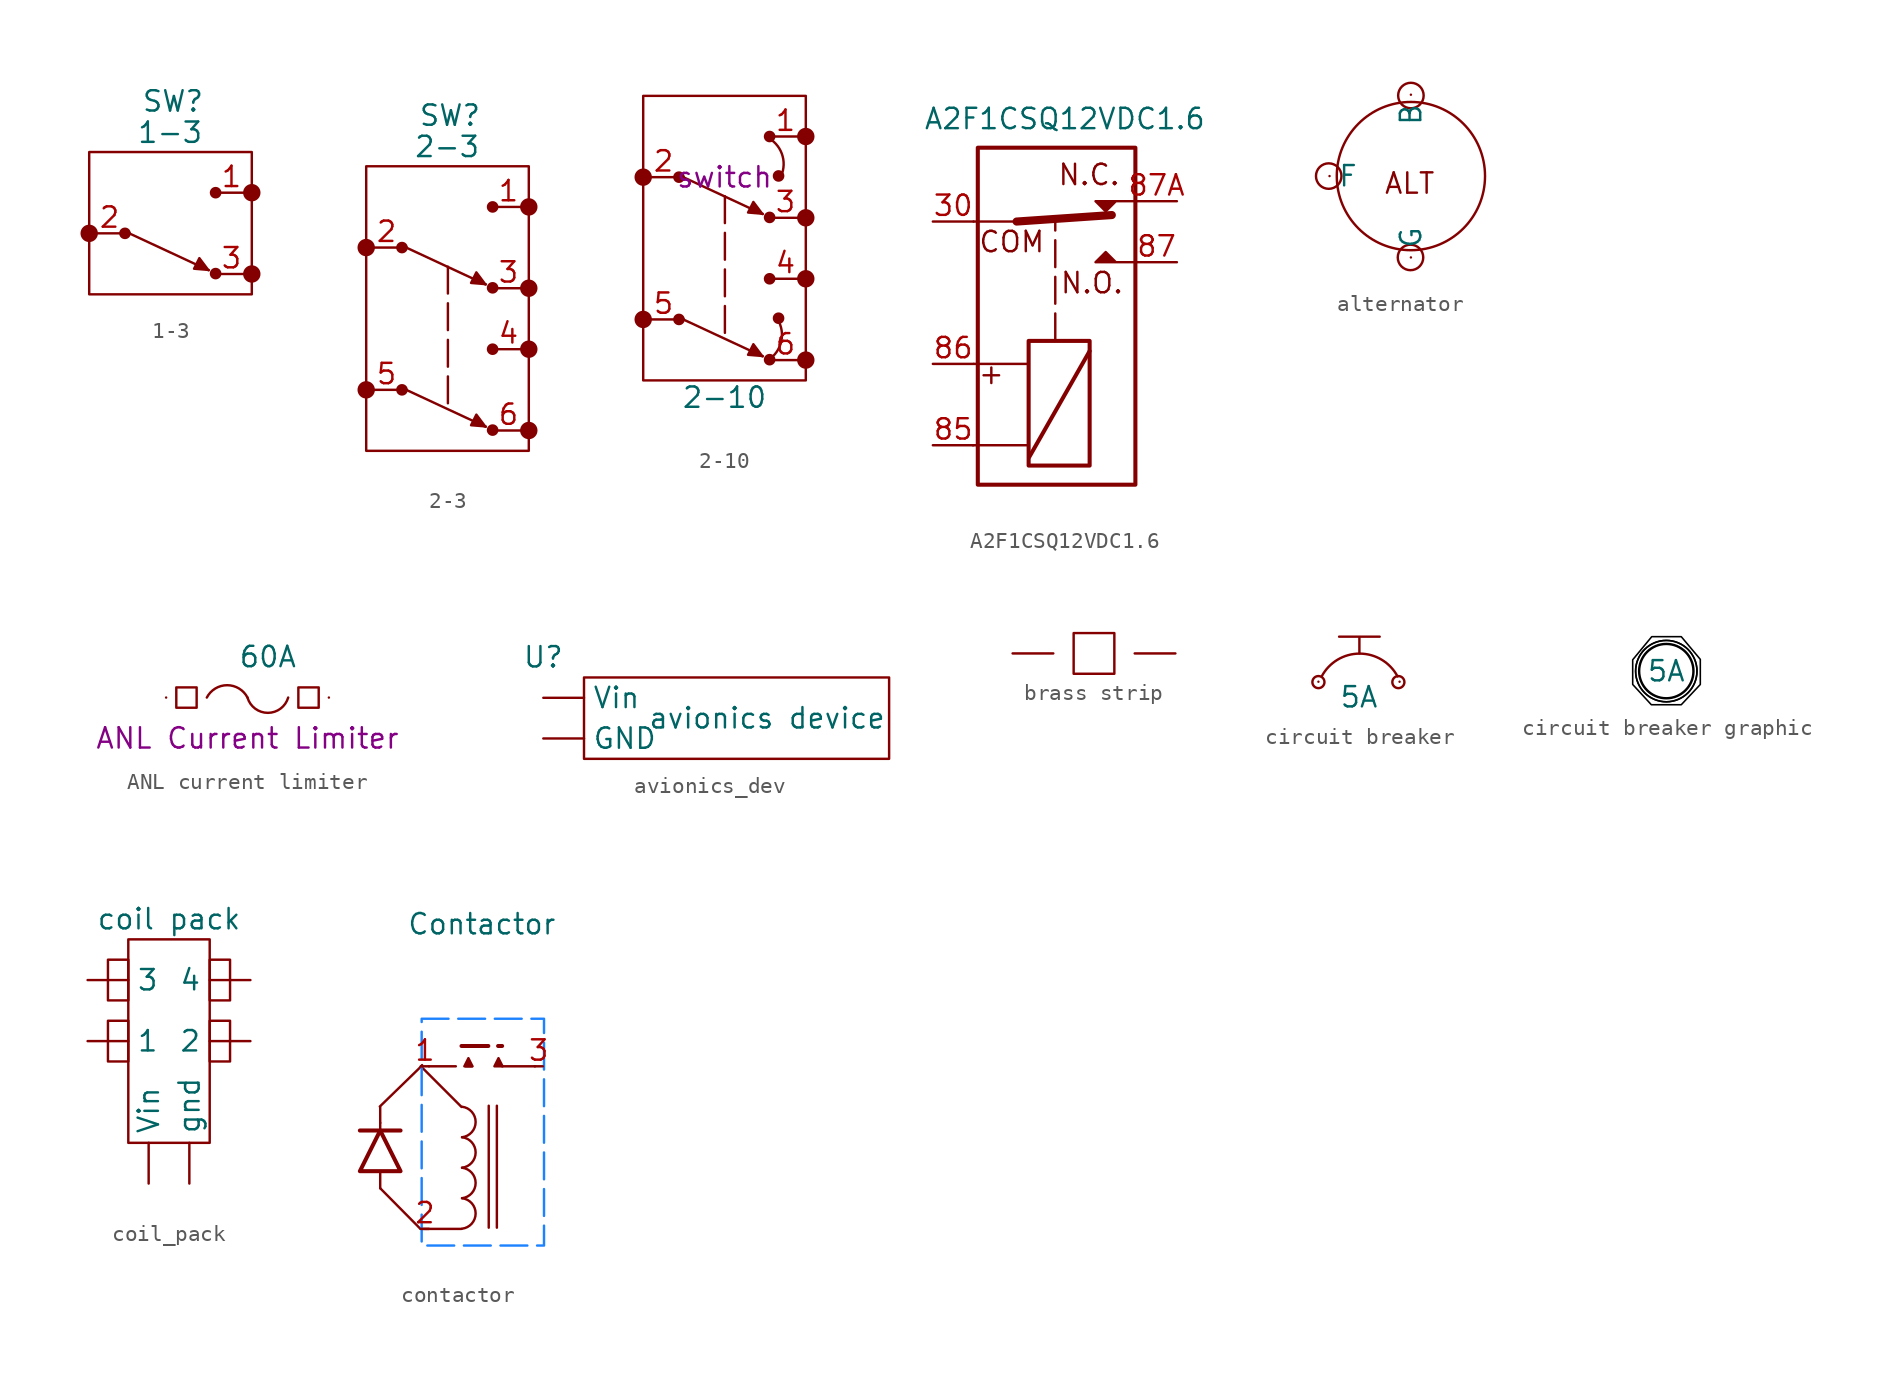
<source format=kicad_sym>
(kicad_symbol_lib
  (version 20220914)
  (generator kicad_symbol_editor)
  (symbol "1-3"
    (property "Reference" "SW"
      (at 0.152 8.255 0)
      (effects (font (size 1.27 1.27))))
    (property "Value" "1-3"
      (at -0.025 6.299 0)
      (effects (font (size 1.27 1.27))))
    (symbol "1-3_0_1"
      (rectangle (start -5.08 5.08) (end 5.08 -3.81) (stroke (width 0) (type default)) (fill (type none))))
    (symbol "1-3_1_1"
      (circle (center -5.08 0) (radius 0.468) (stroke (width 0) (type default)) (fill (type outline)))
      (circle (center -2.845 0) (radius 0.287) (stroke (width 0) (type default)) (fill (type outline)))
      (polyline (pts (xy -2.743 0.076) (xy 2.388 -2.311)) (stroke (width 0) (type default)) (fill (type none)))
      (polyline (pts (xy 2.337 -2.261) (xy 1.803 -1.549) (xy 1.473 -2.21) (xy 2.388 -2.286)) (stroke (width 0) (type default)) (fill (type outline)))
      (circle (center 2.819 -2.515) (radius 0.287) (stroke (width 0) (type default)) (fill (type outline)))
      (circle (center 2.819 2.54) (radius 0.287) (stroke (width 0) (type default)) (fill (type outline)))
      (circle (center 5.08 -2.54) (radius 0.468) (stroke (width 0) (type default)) (fill (type outline)))
      (circle (center 5.08 2.54) (radius 0.468) (stroke (width 0) (type default)) (fill (type outline)))
      (pin passive line (at 5.08 2.54 180) (length 2.54) (name "" (effects (font (size 1.27 1.27)))) (number "1" (effects (font (size 1.27 1.27)))))
      (pin passive line (at -5.08 0 0) (length 2.54) (name "" (effects (font (size 1.27 1.27)))) (number "2" (effects (font (size 1.27 1.27)))))
      (pin passive line (at 5.08 -2.54 180) (length 2.54) (name "" (effects (font (size 1.27 1.27)))) (number "3" (effects (font (size 1.27 1.27)))))))
  (symbol "2-3"
    (property "Reference" "SW"
      (at 0.152 8.255 0)
      (effects (font (size 1.27 1.27))))
    (property "Value" "2-3"
      (at -0.025 6.299 0)
      (effects (font (size 1.27 1.27))))
    (symbol "2-3_1_1"
      (circle (center -5.08 -8.89) (radius 0.468) (stroke (width 0) (type default)) (fill (type outline)))
      (circle (center -5.08 0) (radius 0.468) (stroke (width 0) (type default)) (fill (type outline)))
      (circle (center -2.845 -8.89) (radius 0.287) (stroke (width 0) (type default)) (fill (type outline)))
      (circle (center -2.845 0) (radius 0.287) (stroke (width 0) (type default)) (fill (type outline)))
      (polyline (pts (xy -2.743 -8.814) (xy 2.388 -11.201)) (stroke (width 0) (type default)) (fill (type none)))
      (polyline (pts (xy -2.743 0.076) (xy 2.388 -2.311)) (stroke (width 0) (type default)) (fill (type none)))
      (polyline (pts (xy 0.025 -1.194) (xy 0.025 -10.033)) (stroke (width 0) (type dash)) (fill (type none)))
      (polyline (pts (xy 2.337 -11.151) (xy 1.803 -10.439) (xy 1.473 -11.1) (xy 2.388 -11.176)) (stroke (width 0) (type default)) (fill (type outline)))
      (polyline (pts (xy 2.337 -2.261) (xy 1.803 -1.549) (xy 1.473 -2.21) (xy 2.388 -2.286)) (stroke (width 0) (type default)) (fill (type outline)))
      (polyline (pts (xy -5.08 5.08) (xy 5.08 5.08) (xy 5.08 -12.7) (xy -5.08 -12.7) (xy -5.08 5.08)) (stroke (width 0) (type default)) (fill (type none)))
      (circle (center 2.819 -11.405) (radius 0.287) (stroke (width 0) (type default)) (fill (type outline)))
      (circle (center 2.819 -6.35) (radius 0.287) (stroke (width 0) (type default)) (fill (type outline)))
      (circle (center 2.819 -2.515) (radius 0.287) (stroke (width 0) (type default)) (fill (type outline)))
      (circle (center 2.819 2.54) (radius 0.287) (stroke (width 0) (type default)) (fill (type outline)))
      (circle (center 5.08 -11.43) (radius 0.468) (stroke (width 0) (type default)) (fill (type outline)))
      (circle (center 5.08 -6.35) (radius 0.468) (stroke (width 0) (type default)) (fill (type outline)))
      (circle (center 5.08 -2.54) (radius 0.468) (stroke (width 0) (type default)) (fill (type outline)))
      (circle (center 5.08 2.54) (radius 0.468) (stroke (width 0) (type default)) (fill (type outline)))
      (pin passive line (at 5.08 2.54 180) (length 2.54) (name "" (effects (font (size 1.27 1.27)))) (number "1" (effects (font (size 1.27 1.27)))))
      (pin passive line (at -5.08 0 0) (length 2.54) (name "" (effects (font (size 1.27 1.27)))) (number "2" (effects (font (size 1.27 1.27)))))
      (pin passive line (at 5.08 -2.54 180) (length 2.54) (name "" (effects (font (size 1.27 1.27)))) (number "3" (effects (font (size 1.27 1.27)))))
      (pin passive line (at 5.08 -6.35 180) (length 2.54) (name "" (effects (font (size 1.27 1.27)))) (number "4" (effects (font (size 1.27 1.27)))))
      (pin passive line (at -5.08 -8.89 0) (length 2.54) (name "" (effects (font (size 1.27 1.27)))) (number "5" (effects (font (size 1.27 1.27)))))
      (pin passive line (at 5.08 -11.43 180) (length 2.54) (name "" (effects (font (size 1.27 1.27)))) (number "6" (effects (font (size 1.27 1.27)))))))
  (symbol "2-10"
    (property "Reference" "SW"
      (at 0 6.35 0)
      (effects (font (size 1.27 1.27)) hide))
    (property "Value" "2-10"
      (at 0 -13.767 0)
      (effects (font (size 1.27 1.27))))
    (property "Label" "switch"
      (at 0 0 0)
      (effects (font (size 1.27 1.27))))
    (symbol "2-10_0_1"
      (arc (start 2.8702 -11.3284) (mid 3.5754 -10.0885) (end 3.2004 -8.7122) (stroke (width 0) (type default)) (fill (type none)))
      (arc (start 3.5306 0.0508) (mid 3.5833 1.4719) (end 2.6162 2.5146) (stroke (width 0) (type default)) (fill (type none))))
    (symbol "2-10_1_1"
      (circle (center -5.08 -8.89) (radius 0.468) (stroke (width 0) (type default)) (fill (type outline)))
      (circle (center -5.08 0) (radius 0.468) (stroke (width 0) (type default)) (fill (type outline)))
      (circle (center -2.845 -8.89) (radius 0.287) (stroke (width 0) (type default)) (fill (type outline)))
      (circle (center -2.845 0) (radius 0.287) (stroke (width 0) (type default)) (fill (type outline)))
      (polyline (pts (xy -2.743 -8.814) (xy 2.388 -11.201)) (stroke (width 0) (type default)) (fill (type none)))
      (polyline (pts (xy -2.743 0.076) (xy 2.388 -2.311)) (stroke (width 0) (type default)) (fill (type none)))
      (polyline (pts (xy 0.025 -1.194) (xy 0.025 -10.033)) (stroke (width 0) (type dash)) (fill (type none)))
      (polyline (pts (xy 2.337 -11.151) (xy 1.803 -10.439) (xy 1.473 -11.1) (xy 2.388 -11.176)) (stroke (width 0) (type default)) (fill (type outline)))
      (polyline (pts (xy 2.337 -2.261) (xy 1.803 -1.549) (xy 1.473 -2.21) (xy 2.388 -2.286)) (stroke (width 0) (type default)) (fill (type outline)))
      (polyline (pts (xy -5.08 5.08) (xy 5.08 5.08) (xy 5.08 -12.7) (xy -5.08 -12.7) (xy -5.08 5.08)) (stroke (width 0) (type default)) (fill (type none)))
      (circle (center 2.819 -11.405) (radius 0.287) (stroke (width 0) (type default)) (fill (type outline)))
      (circle (center 2.819 -6.35) (radius 0.287) (stroke (width 0) (type default)) (fill (type outline)))
      (circle (center 2.819 -2.515) (radius 0.287) (stroke (width 0) (type default)) (fill (type outline)))
      (circle (center 2.819 2.54) (radius 0.287) (stroke (width 0) (type default)) (fill (type outline)))
      (circle (center 3.378 -8.814) (radius 0.287) (stroke (width 0) (type default)) (fill (type outline)))
      (circle (center 3.378 0.076) (radius 0.287) (stroke (width 0) (type default)) (fill (type outline)))
      (circle (center 5.08 -11.43) (radius 0.468) (stroke (width 0) (type default)) (fill (type outline)))
      (circle (center 5.08 -6.35) (radius 0.468) (stroke (width 0) (type default)) (fill (type outline)))
      (circle (center 5.08 -2.54) (radius 0.468) (stroke (width 0) (type default)) (fill (type outline)))
      (circle (center 5.08 2.54) (radius 0.468) (stroke (width 0) (type default)) (fill (type outline)))
      (pin passive line (at 5.08 2.54 180) (length 2.54) (name "" (effects (font (size 1.27 1.27)))) (number "1" (effects (font (size 1.27 1.27)))))
      (pin passive line (at -5.08 0 0) (length 2.54) (name "" (effects (font (size 1.27 1.27)))) (number "2" (effects (font (size 1.27 1.27)))))
      (pin passive line (at 5.08 -2.54 180) (length 2.54) (name "" (effects (font (size 1.27 1.27)))) (number "3" (effects (font (size 1.27 1.27)))))
      (pin passive line (at 5.08 -6.35 180) (length 2.54) (name "" (effects (font (size 1.27 1.27)))) (number "4" (effects (font (size 1.27 1.27)))))
      (pin passive line (at -5.08 -8.89 0) (length 2.54) (name "" (effects (font (size 1.27 1.27)))) (number "5" (effects (font (size 1.27 1.27)))))
      (pin passive line (at 5.08 -11.43 180) (length 2.54) (name "" (effects (font (size 1.27 1.27)))) (number "6" (effects (font (size 1.27 1.27)))))))
  (symbol "A2F1CSQ12VDC1.6"
    (property "Reference" "K"
      (at 1.257 15.456 0)
      (effects (font (size 1.27 1.27)) (justify left) hide))
    (property "Value" "A2F1CSQ12VDC1.6"
      (at -8.217 12.764 0)
      (effects (font (size 1.27 1.27)) (justify left)))
    (symbol "A2F1CSQ12VDC1.6_0_1"
      (polyline (pts (xy -5.131 -7.62) (xy -1.626 -7.62)) (stroke (width 0) (type default)) (fill (type none)))
      (polyline (pts (xy -2.54 6.35) (xy -5.08 6.35)) (stroke (width 0) (type default)) (fill (type none)))
      (polyline (pts (xy -2.388 6.35) (xy 3.556 6.756)) (stroke (width 0.508) (type default)) (fill (type none)))
      (polyline (pts (xy -1.626 -2.54) (xy -5.055 -2.54)) (stroke (width 0) (type default)) (fill (type none)))
      (polyline (pts (xy -1.6 -8.357) (xy 2.172 -1.74)) (stroke (width 0.254) (type default)) (fill (type none)))
      (polyline (pts (xy 5.08 3.81) (xy 2.54 3.81) (xy 3.175 4.445) (xy 3.81 3.81)) (stroke (width 0) (type default)) (fill (type outline)))
      (rectangle (start 2.172 -1.105) (end -1.638 -8.89) (stroke (width 0.254) (type default)) (fill (type none))))
    (symbol "A2F1CSQ12VDC1.6_1_0"
      (polyline (pts (xy 0.025 -1.067) (xy 0.025 6.426)) (stroke (width 0) (type dash)) (fill (type none)))
      (polyline (pts (xy 5.08 7.62) (xy 2.54 7.62) (xy 3.175 6.985) (xy 3.81 7.62)) (stroke (width 0) (type default)) (fill (type outline))))
    (symbol "A2F1CSQ12VDC1.6_1_1"
      (rectangle (start 5.029 10.96) (end -4.813 -10.084) (stroke (width 0.254) (type default)) (fill (type none)))
      (text "+" (at -4.064 -3.251 900) (effects (font (size 1.27 1.27))))
      (text "COM" (at -2.692 5.08 0) (effects (font (size 1.27 1.27))))
      (text "N.C." (at 2.134 9.271 0) (effects (font (size 1.27 1.27))))
      (text "N.O." (at 2.311 2.515 0) (effects (font (size 1.27 1.27))))
      (pin passive line (at -7.62 6.35 0) (length 2.54) (name "" (effects (font (size 1.27 1.27)))) (number "30" (effects (font (size 1.27 1.27)))))
      (pin passive line (at -7.62 -7.62 0) (length 2.54) (name "" (effects (font (size 1.27 1.27)))) (number "85" (effects (font (size 1.27 1.27)))))
      (pin passive line (at -7.62 -2.54 0) (length 2.54) (name "~" (effects (font (size 1.27 1.27)))) (number "86" (effects (font (size 1.27 1.27)))))
      (pin passive line (at 7.62 3.81 180) (length 2.54) (name "~" (effects (font (size 1.27 1.27)))) (number "87" (effects (font (size 1.27 1.27)))))
      (pin passive line (at 7.62 7.62 180) (length 2.54) (name "~" (effects (font (size 1.27 1.27)))) (number "87A" (effects (font (size 1.27 1.27)))))))
  (symbol "alternator"
    (pin_numbers hide)
    (property "Reference" "M"
      (at 3.81 3.81 0)
      (effects (font (size 1.27 1.27)) hide))
    (symbol "alternator_0_1"
      (circle (center -5.131 0) (radius 0.796) (stroke (width 0) (type default)) (fill (type none)))
      (circle (center -0.025 -5.08) (radius 0.796) (stroke (width 0) (type default)) (fill (type none)))
      (circle (center 0 0) (radius 4.628) (stroke (width 0) (type default)) (fill (type none)))
      (circle (center 0 5.029) (radius 0.796) (stroke (width 0) (type default)) (fill (type none))))
    (symbol "alternator_1_1"
      (text "ALT" (at -0.076 -0.457 0) (effects (font (size 1.27 1.27))))
      (pin power_out line (at 0 5.08 270) (length 0) (name "B" (effects (font (size 1.27 1.27)))) (number "" (effects (font (size 1.27 1.27)))))
      (pin power_in line (at -5.08 0 0) (length 0) (name "F" (effects (font (size 1.27 1.27)))) (number "" (effects (font (size 1.27 1.27)))))
      (pin power_in line (at 0 -5.08 90) (length 0) (name "G" (effects (font (size 1.27 1.27)))) (number "" (effects (font (size 1.27 1.27)))))))
  (symbol "ANL current limiter"
    (pin_numbers hide)
    (pin_names
      (offset 0) hide)
    (property "Reference" "F"
      (at -2.21 2.489 0)
      (effects (font (size 1.27 1.27)) hide))
    (property "Value" "60A"
      (at 1.27 2.54 0)
      (effects (font (size 1.27 1.27))))
    (property "label" "ANL Current Limiter"
      (at 0 -2.54 0)
      (effects (font (size 1.27 1.27))))
    (symbol "ANL current limiter_0_1"
      (rectangle (start -4.445 0.635) (end -3.175 -0.635) (stroke (width 0) (type default)) (fill (type none)))
      (arc (start 0 -0.0025) (mid 1.2709 -0.9548) (end 2.54 0) (stroke (width 0) (type default)) (fill (type none)))
      (arc (start 0 0) (mid -1.27 0.7717) (end -2.54 0) (stroke (width 0) (type default)) (fill (type none)))
      (rectangle (start 3.175 0.635) (end 4.445 -0.635) (stroke (width 0) (type default)) (fill (type none))))
    (symbol "ANL current limiter_1_1"
      (pin input line (at -5.08 0 0) (length 0) (name "~" (effects (font (size 1.27 1.27)))) (number "" (effects (font (size 1.27 1.27)))))
      (pin input line (at 5.08 0 180) (length 0) (name "~" (effects (font (size 1.27 1.27)))) (number "" (effects (font (size 1.27 1.27)))))))
  (symbol "avionics_dev"
    (property "Reference" "U"
      (at -3.81 3.81 0)
      (effects (font (size 1.27 1.27))))
    (property "Value" "avionics device"
      (at 10.16 0 0)
      (effects (font (size 1.27 1.27))))
    (symbol "avionics_dev_0_1"
      (rectangle (start -1.27 2.54) (end 17.78 -2.54) (stroke (width 0) (type default)) (fill (type none))))
    (symbol "avionics_dev_1_1"
      (pin power_in line (at -3.81 -1.27 0) (length 2.54) (name "GND" (effects (font (size 1.27 1.27)))) (number "" (effects (font (size 1.27 1.27)))))
      (pin power_in line (at -3.81 1.27 0) (length 2.54) (name "Vin" (effects (font (size 1.27 1.27)))) (number "" (effects (font (size 1.27 1.27)))))))
  (symbol "brass strip"
    (pin_numbers hide)
    (pin_names
      (offset 0) hide)
    (property "Reference" "F"
      (at -2.21 2.489 0)
      (effects (font (size 1.27 1.27)) hide))
    (symbol "brass strip_0_1"
      (rectangle (start -1.27 1.27) (end 1.27 -1.27) (stroke (width 0) (type default)) (fill (type none))))
    (symbol "brass strip_1_1"
      (pin input line (at -5.08 0 0) (length 2.54) (name "~" (effects (font (size 1.27 1.27)))) (number "" (effects (font (size 1.27 1.27)))))
      (pin input line (at 5.08 0 180) (length 2.54) (name "~" (effects (font (size 1.27 1.27)))) (number "" (effects (font (size 1.27 1.27)))))))
  (symbol "circuit breaker"
    (pin_numbers hide)
    (pin_names
      (offset 0) hide)
    (property "Reference" "CB"
      (at -2.54 5.08 0)
      (effects (font (size 1.27 1.27)) hide))
    (property "Value" "5A"
      (at 0 -0.965 0)
      (effects (font (size 1.27 1.27))))
    (symbol "circuit breaker_0_1"
      (circle (center -2.54 -0.025) (radius 0.378) (stroke (width 0) (type default)) (fill (type none)))
      (polyline (pts (xy -1.245 2.819) (xy 1.295 2.819) (xy 0.025 2.819) (xy 0.025 1.778)) (stroke (width 0) (type default)) (fill (type none)))
      (arc (start 2.413 0.3302) (mid 0.0381 1.7588) (end -2.3368 0.3302) (stroke (width 0) (type default)) (fill (type none)))
      (circle (center 2.464 -0.025) (radius 0.378) (stroke (width 0) (type default)) (fill (type none))))
    (symbol "circuit breaker_1_1"
      (pin input line (at -2.54 0 0) (length 0) (name "~" (effects (font (size 1.27 1.27)))) (number "" (effects (font (size 1.27 1.27)))))
      (pin input line (at 2.54 0 180) (length 0) (name "~" (effects (font (size 1.27 1.27)))) (number "" (effects (font (size 1.27 1.27)))))))
  (symbol "circuit breaker graphic"
    (pin_numbers hide)
    (pin_names
      (offset 0) hide)
    (property "Reference" "CB"
      (at 0 3.048 0)
      (effects (font (size 1.27 1.27)) hide))
    (property "Value" "5A"
      (at 0 0 0)
      (effects (font (size 1.27 1.27))))
    (symbol "circuit breaker graphic_1_1"
      (polyline (pts (xy -2.108 0.711) (xy -0.914 2.159) (xy 0.94 2.159) (xy 2.134 0.737) (xy 2.134 -0.838) (xy 0.94 -2.108) (xy -0.94 -2.108) (xy -2.108 -0.838) (xy -2.108 0.711)) (stroke (width 0.1) (type default) (color 0 0 0 1)) (fill (type none)))
      (circle (center 0 0) (radius 1.704) (stroke (width 0) (type default) (color 0 0 0 1)) (fill (type none)))
      (circle (center 0 0) (radius 1.925) (stroke (width 0.1) (type default) (color 0 0 0 1)) (fill (type none)))
      (circle (center 0 0) (radius 1.925) (stroke (width 0.1) (type default) (color 0 0 0 1)) (fill (type none)))))
  (symbol "coil_pack"
    (pin_numbers hide)
    (property "Reference" "U"
      (at 0 10.16 0)
      (effects (font (size 1.27 1.27)) hide))
    (property "Value" "coil pack"
      (at 0 7.62 0)
      (effects (font (size 1.27 1.27))))
    (symbol "coil_pack_0_1"
      (rectangle (start -3.81 1.27) (end -2.54 -1.27) (stroke (width 0) (type default)) (fill (type none)))
      (rectangle (start -3.81 5.08) (end -2.54 2.54) (stroke (width 0) (type default)) (fill (type none)))
      (rectangle (start -2.54 6.35) (end 2.54 -6.35) (stroke (width 0) (type default)) (fill (type none)))
      (rectangle (start 2.54 1.27) (end 3.81 -1.27) (stroke (width 0) (type default)) (fill (type none)))
      (rectangle (start 2.54 5.08) (end 3.81 2.54) (stroke (width 0) (type default)) (fill (type none))))
    (symbol "coil_pack_1_1"
      (pin output line (at -5.08 0 0) (length 2.54) (name "1" (effects (font (size 1.27 1.27)))) (number "" (effects (font (size 1.27 1.27)))))
      (pin output line (at 5.08 0 180) (length 2.54) (name "2" (effects (font (size 1.27 1.27)))) (number "" (effects (font (size 1.27 1.27)))))
      (pin output line (at -5.08 3.81 0) (length 2.54) (name "3" (effects (font (size 1.27 1.27)))) (number "" (effects (font (size 1.27 1.27)))))
      (pin output line (at 5.08 3.81 180) (length 2.54) (name "4" (effects (font (size 1.27 1.27)))) (number "" (effects (font (size 1.27 1.27)))))
      (pin power_in line (at -1.27 -8.89 90) (length 2.54) (name "Vin" (effects (font (size 1.27 1.27)))) (number "5" (effects (font (size 1.27 1.27)))))
      (pin power_in line (at 1.27 -8.89 90) (length 2.54) (name "gnd" (effects (font (size 1.27 1.27)))) (number "6" (effects (font (size 1.27 1.27)))))))
  (symbol "contactor"
    (pin_names
      (offset 0.254) hide)
    (property "Reference" "K"
      (at 0 -8.966 0)
      (effects (font (size 1.27 1.27)) hide))
    (property "Value" "Contactor"
      (at 0 12.7 0)
      (effects (font (size 1.27 1.27))))
    (symbol "contactor_0_1"
      (arc (start -1.2356 -6.3373) (mid -0.3873 -5.3848) (end -1.2356 -4.4323) (stroke (width 0) (type default)) (fill (type none)))
      (arc (start -1.2356 -4.4323) (mid -0.3873 -3.4798) (end -1.2356 -2.5273) (stroke (width 0) (type default)) (fill (type none)))
      (arc (start -1.2356 -2.5273) (mid -0.3873 -1.5748) (end -1.2356 -0.6223) (stroke (width 0) (type default)) (fill (type none)))
      (arc (start -1.2356 -0.6223) (mid -0.3873 0.3302) (end -1.2356 1.2827) (stroke (width 0) (type default)) (fill (type none)))
      (polyline (pts (xy -6.35 -3.81) (xy -3.835 -6.35)) (stroke (width 0) (type default)) (fill (type none)))
      (polyline (pts (xy -6.35 0.279) (xy -6.35 -0.254)) (stroke (width 0) (type default)) (fill (type none)))
      (polyline (pts (xy -5.08 -0.203) (xy -7.62 -0.203)) (stroke (width 0.254) (type default)) (fill (type none)))
      (polyline (pts (xy -3.81 -6.35) (xy -1.27 -6.35)) (stroke (width 0) (type default)) (fill (type none)))
      (polyline (pts (xy -1.27 1.27) (xy -3.81 3.81)) (stroke (width 0) (type default)) (fill (type none)))
      (polyline (pts (xy 0.432 -6.274) (xy 0.432 1.346)) (stroke (width 0) (type default)) (fill (type none)))
      (polyline (pts (xy 0.94 -6.274) (xy 0.94 1.346)) (stroke (width 0) (type default)) (fill (type none)))
      (polyline (pts (xy 1.27 3.81) (xy 3.327 3.81)) (stroke (width 0) (type default)) (fill (type none)))
      (polyline (pts (xy -6.375 1.295) (xy -3.785 3.81) (xy -3.734 3.886)) (stroke (width 0) (type default)) (fill (type none)))
      (polyline (pts (xy -5.08 -2.743) (xy -7.62 -2.743) (xy -6.35 -0.203) (xy -5.08 -2.743)) (stroke (width 0.254) (type default)) (fill (type none))))
    (symbol "contactor_1_1"
      (rectangle (start -3.759 6.782) (end 3.886 -7.391) (stroke (width 0) (type dash) (color 29 130 255 1)) (fill (type none)))
      (polyline (pts (xy -3.302 3.81) (xy -0.61 3.81)) (stroke (width 0) (type default)) (fill (type none)))
      (polyline (pts (xy -1.27 5.08) (xy 1.27 5.08)) (stroke (width 0.25) (type default)) (fill (type none)))
      (polyline (pts (xy -1.092 3.81) (xy -0.838 4.318) (xy -0.584 3.81) (xy -1.092 3.81)) (stroke (width 0) (type default)) (fill (type outline)))
      (polyline (pts (xy 0.787 3.81) (xy 1.041 4.318) (xy 1.295 3.81) (xy 0.787 3.81)) (stroke (width 0) (type default)) (fill (type outline)))
      (pin input line (at -6.35 -3.81 90) (length 1) (name "" (effects (font (size 1.27 1.27)))) (number "" (effects (font (size 1.27 1.27)))))
      (pin input line (at -6.35 1.27 270) (length 1) (name "" (effects (font (size 1.27 1.27)))) (number "" (effects (font (size 1.27 1.27)))))
      (pin passive line (at -3.81 3.81 0) (length 0.508) (name "~" (effects (font (size 1.27 1.27)))) (number "1" (effects (font (size 1.27 1.27)))))
      (pin passive line (at -3.81 -6.35 0) (length 0.508) (name "2" (effects (font (size 1.27 1.27)))) (number "2" (effects (font (size 1.27 1.27)))))
      (pin passive line (at 3.81 3.81 180) (length 0.508) (name "2" (effects (font (size 1.27 1.27)))) (number "3" (effects (font (size 1.27 1.27))))))))
</source>
